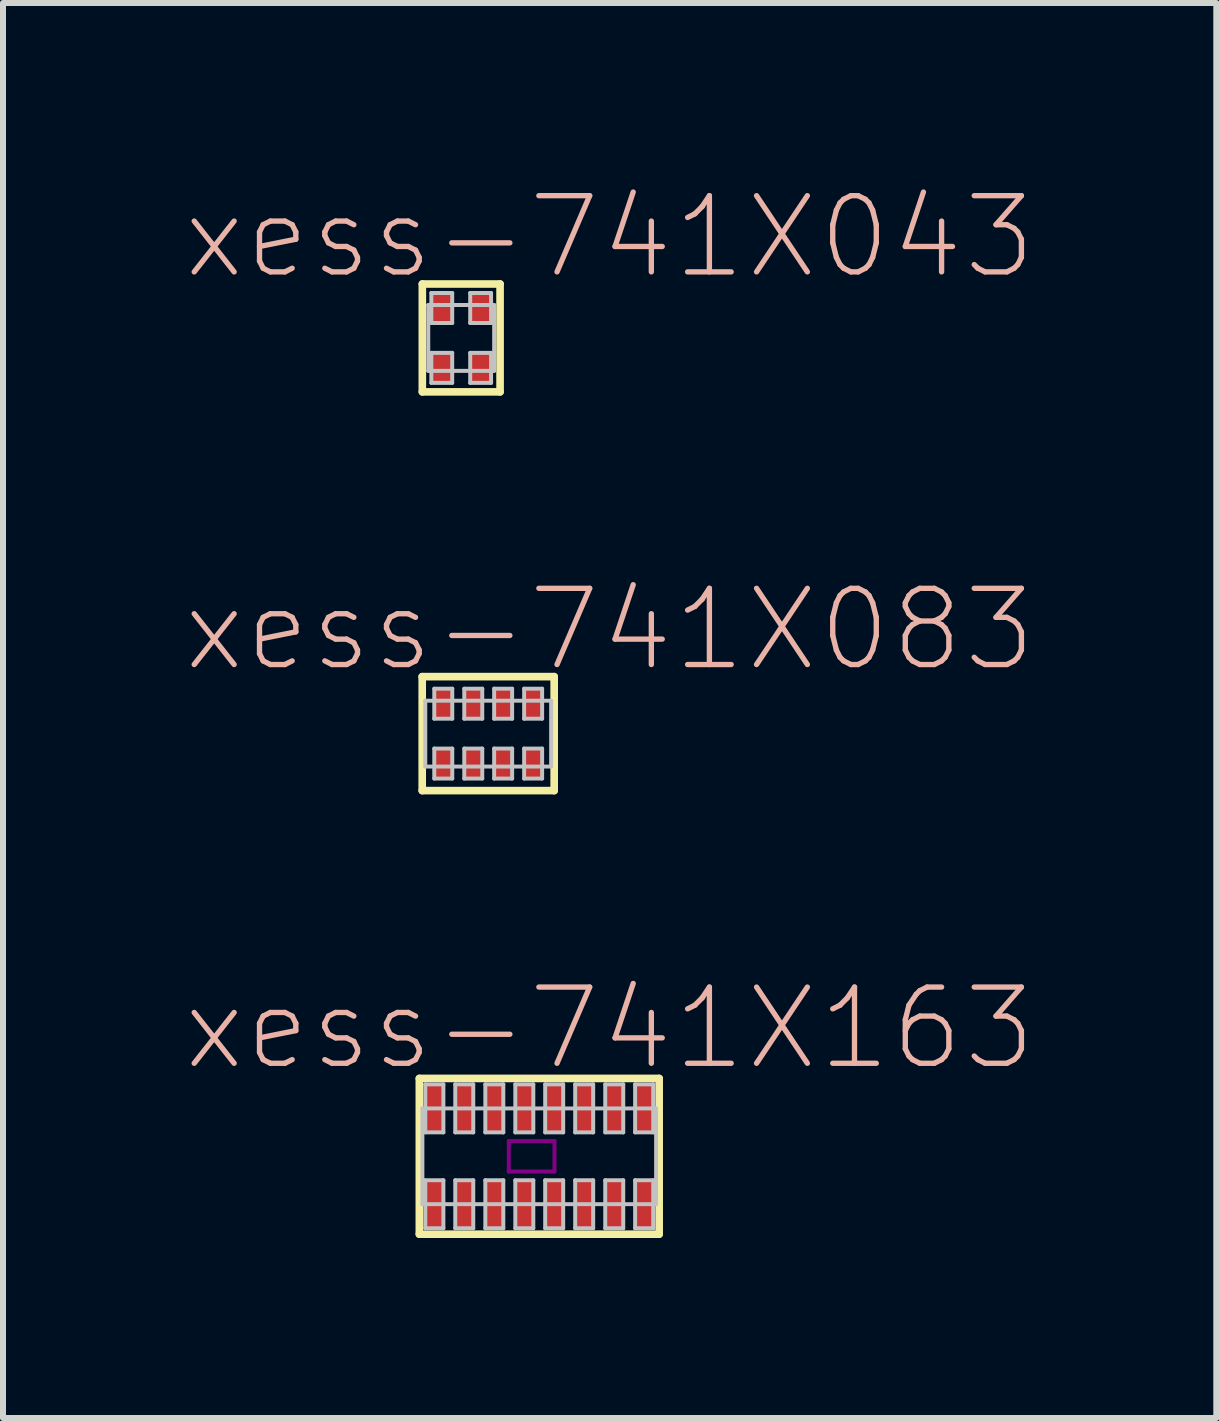
<source format=kicad_pcb>
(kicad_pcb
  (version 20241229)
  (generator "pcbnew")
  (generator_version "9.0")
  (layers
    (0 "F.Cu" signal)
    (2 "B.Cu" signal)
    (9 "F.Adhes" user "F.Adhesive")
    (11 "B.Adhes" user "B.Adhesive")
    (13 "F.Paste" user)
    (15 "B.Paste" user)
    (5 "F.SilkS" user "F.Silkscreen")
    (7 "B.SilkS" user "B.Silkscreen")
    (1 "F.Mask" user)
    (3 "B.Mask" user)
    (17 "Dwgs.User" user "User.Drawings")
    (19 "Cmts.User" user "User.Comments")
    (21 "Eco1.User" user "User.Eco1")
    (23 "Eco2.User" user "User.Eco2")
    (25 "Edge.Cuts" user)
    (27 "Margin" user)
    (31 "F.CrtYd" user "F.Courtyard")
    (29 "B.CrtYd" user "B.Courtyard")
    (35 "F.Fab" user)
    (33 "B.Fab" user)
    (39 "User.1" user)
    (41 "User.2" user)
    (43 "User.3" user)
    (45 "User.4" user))
  (footprint "xess-741X163"
    (layer "F.Cu")
    (at 5.939 16.225)
    (property "Reference" "xess-741X163" (at 1.173 -2.134 0) (layer "B.SilkS") (effects (font (size 1.27 1.27) (thickness 0.089))))
    (attr smd)
    (fp_line (start -1.999 -1.298) (end -1.999 1.298) (stroke (width 0.127) (type solid)) (layer "F.SilkS"))
    (fp_line (start -1.999 1.298) (end 1.999 1.298) (stroke (width 0.127) (type solid)) (layer "F.SilkS"))
    (fp_line (start 1.999 -1.298) (end -1.999 -1.298) (stroke (width 0.127) (type solid)) (layer "F.SilkS"))
    (fp_line (start 1.999 1.298) (end 1.999 -1.298) (stroke (width 0.127) (type solid)) (layer "F.SilkS"))
    (fp_line (start -0.508 -0.254) (end 0.254 -0.254) (stroke (width 0.066) (type solid)) (layer "F.Adhes"))
    (fp_line (start -0.508 0.254) (end -0.508 -0.254) (stroke (width 0.066) (type solid)) (layer "F.Adhes"))
    (fp_line (start -0.508 0.254) (end 0.254 0.254) (stroke (width 0.066) (type solid)) (layer "F.Adhes"))
    (fp_line (start 0.254 0.254) (end 0.254 -0.254) (stroke (width 0.066) (type solid)) (layer "F.Adhes"))
    (fp_line (start -1.948 -0.798) (end 1.948 -0.798) (stroke (width 0.066) (type solid)) (layer "Dwgs.User"))
    (fp_line (start -1.948 0.798) (end -1.948 -0.798) (stroke (width 0.066) (type solid)) (layer "Dwgs.User"))
    (fp_line (start -1.948 0.798) (end 1.948 0.798) (stroke (width 0.066) (type solid)) (layer "Dwgs.User"))
    (fp_line (start -1.9 -1.199) (end -1.598 -1.199) (stroke (width 0.066) (type solid)) (layer "Dwgs.User"))
    (fp_line (start -1.9 -0.399) (end -1.9 -1.199) (stroke (width 0.066) (type solid)) (layer "Dwgs.User"))
    (fp_line (start -1.9 -0.399) (end -1.598 -0.399) (stroke (width 0.066) (type solid)) (layer "Dwgs.User"))
    (fp_line (start -1.9 0.399) (end -1.598 0.399) (stroke (width 0.066) (type solid)) (layer "Dwgs.User"))
    (fp_line (start -1.9 1.199) (end -1.9 0.399) (stroke (width 0.066) (type solid)) (layer "Dwgs.User"))
    (fp_line (start -1.9 1.199) (end -1.598 1.199) (stroke (width 0.066) (type solid)) (layer "Dwgs.User"))
    (fp_line (start -1.598 -0.399) (end -1.598 -1.199) (stroke (width 0.066) (type solid)) (layer "Dwgs.User"))
    (fp_line (start -1.598 1.199) (end -1.598 0.399) (stroke (width 0.066) (type solid)) (layer "Dwgs.User"))
    (fp_line (start -1.4 -1.199) (end -1.1 -1.199) (stroke (width 0.066) (type solid)) (layer "Dwgs.User"))
    (fp_line (start -1.4 -0.399) (end -1.4 -1.199) (stroke (width 0.066) (type solid)) (layer "Dwgs.User"))
    (fp_line (start -1.4 -0.399) (end -1.1 -0.399) (stroke (width 0.066) (type solid)) (layer "Dwgs.User"))
    (fp_line (start -1.4 0.399) (end -1.1 0.399) (stroke (width 0.066) (type solid)) (layer "Dwgs.User"))
    (fp_line (start -1.4 1.199) (end -1.4 0.399) (stroke (width 0.066) (type solid)) (layer "Dwgs.User"))
    (fp_line (start -1.4 1.199) (end -1.1 1.199) (stroke (width 0.066) (type solid)) (layer "Dwgs.User"))
    (fp_line (start -1.1 -0.399) (end -1.1 -1.199) (stroke (width 0.066) (type solid)) (layer "Dwgs.User"))
    (fp_line (start -1.1 1.199) (end -1.1 0.399) (stroke (width 0.066) (type solid)) (layer "Dwgs.User"))
    (fp_line (start -0.899 -1.199) (end -0.599 -1.199) (stroke (width 0.066) (type solid)) (layer "Dwgs.User"))
    (fp_line (start -0.899 -0.399) (end -0.899 -1.199) (stroke (width 0.066) (type solid)) (layer "Dwgs.User"))
    (fp_line (start -0.899 -0.399) (end -0.599 -0.399) (stroke (width 0.066) (type solid)) (layer "Dwgs.User"))
    (fp_line (start -0.899 0.399) (end -0.599 0.399) (stroke (width 0.066) (type solid)) (layer "Dwgs.User"))
    (fp_line (start -0.899 1.199) (end -0.899 0.399) (stroke (width 0.066) (type solid)) (layer "Dwgs.User"))
    (fp_line (start -0.899 1.199) (end -0.599 1.199) (stroke (width 0.066) (type solid)) (layer "Dwgs.User"))
    (fp_line (start -0.599 -0.399) (end -0.599 -1.199) (stroke (width 0.066) (type solid)) (layer "Dwgs.User"))
    (fp_line (start -0.599 1.199) (end -0.599 0.399) (stroke (width 0.066) (type solid)) (layer "Dwgs.User"))
    (fp_line (start -0.399 -1.199) (end -0.099 -1.199) (stroke (width 0.066) (type solid)) (layer "Dwgs.User"))
    (fp_line (start -0.399 -0.399) (end -0.399 -1.199) (stroke (width 0.066) (type solid)) (layer "Dwgs.User"))
    (fp_line (start -0.399 -0.399) (end -0.099 -0.399) (stroke (width 0.066) (type solid)) (layer "Dwgs.User"))
    (fp_line (start -0.399 0.399) (end -0.099 0.399) (stroke (width 0.066) (type solid)) (layer "Dwgs.User"))
    (fp_line (start -0.399 1.199) (end -0.399 0.399) (stroke (width 0.066) (type solid)) (layer "Dwgs.User"))
    (fp_line (start -0.399 1.199) (end -0.099 1.199) (stroke (width 0.066) (type solid)) (layer "Dwgs.User"))
    (fp_line (start -0.099 -0.399) (end -0.099 -1.199) (stroke (width 0.066) (type solid)) (layer "Dwgs.User"))
    (fp_line (start -0.099 1.199) (end -0.099 0.399) (stroke (width 0.066) (type solid)) (layer "Dwgs.User"))
    (fp_line (start 0.099 -1.199) (end 0.399 -1.199) (stroke (width 0.066) (type solid)) (layer "Dwgs.User"))
    (fp_line (start 0.099 -0.399) (end 0.099 -1.199) (stroke (width 0.066) (type solid)) (layer "Dwgs.User"))
    (fp_line (start 0.099 -0.399) (end 0.399 -0.399) (stroke (width 0.066) (type solid)) (layer "Dwgs.User"))
    (fp_line (start 0.099 0.399) (end 0.399 0.399) (stroke (width 0.066) (type solid)) (layer "Dwgs.User"))
    (fp_line (start 0.099 1.199) (end 0.099 0.399) (stroke (width 0.066) (type solid)) (layer "Dwgs.User"))
    (fp_line (start 0.099 1.199) (end 0.399 1.199) (stroke (width 0.066) (type solid)) (layer "Dwgs.User"))
    (fp_line (start 0.399 -0.399) (end 0.399 -1.199) (stroke (width 0.066) (type solid)) (layer "Dwgs.User"))
    (fp_line (start 0.399 1.199) (end 0.399 0.399) (stroke (width 0.066) (type solid)) (layer "Dwgs.User"))
    (fp_line (start 0.599 -1.199) (end 0.899 -1.199) (stroke (width 0.066) (type solid)) (layer "Dwgs.User"))
    (fp_line (start 0.599 -0.399) (end 0.599 -1.199) (stroke (width 0.066) (type solid)) (layer "Dwgs.User"))
    (fp_line (start 0.599 -0.399) (end 0.899 -0.399) (stroke (width 0.066) (type solid)) (layer "Dwgs.User"))
    (fp_line (start 0.599 0.399) (end 0.899 0.399) (stroke (width 0.066) (type solid)) (layer "Dwgs.User"))
    (fp_line (start 0.599 1.199) (end 0.599 0.399) (stroke (width 0.066) (type solid)) (layer "Dwgs.User"))
    (fp_line (start 0.599 1.199) (end 0.899 1.199) (stroke (width 0.066) (type solid)) (layer "Dwgs.User"))
    (fp_line (start 0.899 -0.399) (end 0.899 -1.199) (stroke (width 0.066) (type solid)) (layer "Dwgs.User"))
    (fp_line (start 0.899 1.199) (end 0.899 0.399) (stroke (width 0.066) (type solid)) (layer "Dwgs.User"))
    (fp_line (start 1.1 -1.199) (end 1.4 -1.199) (stroke (width 0.066) (type solid)) (layer "Dwgs.User"))
    (fp_line (start 1.1 -0.399) (end 1.1 -1.199) (stroke (width 0.066) (type solid)) (layer "Dwgs.User"))
    (fp_line (start 1.1 -0.399) (end 1.4 -0.399) (stroke (width 0.066) (type solid)) (layer "Dwgs.User"))
    (fp_line (start 1.1 0.399) (end 1.4 0.399) (stroke (width 0.066) (type solid)) (layer "Dwgs.User"))
    (fp_line (start 1.1 1.199) (end 1.1 0.399) (stroke (width 0.066) (type solid)) (layer "Dwgs.User"))
    (fp_line (start 1.1 1.199) (end 1.4 1.199) (stroke (width 0.066) (type solid)) (layer "Dwgs.User"))
    (fp_line (start 1.4 -0.399) (end 1.4 -1.199) (stroke (width 0.066) (type solid)) (layer "Dwgs.User"))
    (fp_line (start 1.4 1.199) (end 1.4 0.399) (stroke (width 0.066) (type solid)) (layer "Dwgs.User"))
    (fp_line (start 1.598 -1.199) (end 1.9 -1.199) (stroke (width 0.066) (type solid)) (layer "Dwgs.User"))
    (fp_line (start 1.598 -0.399) (end 1.598 -1.199) (stroke (width 0.066) (type solid)) (layer "Dwgs.User"))
    (fp_line (start 1.598 -0.399) (end 1.9 -0.399) (stroke (width 0.066) (type solid)) (layer "Dwgs.User"))
    (fp_line (start 1.598 0.399) (end 1.9 0.399) (stroke (width 0.066) (type solid)) (layer "Dwgs.User"))
    (fp_line (start 1.598 1.199) (end 1.598 0.399) (stroke (width 0.066) (type solid)) (layer "Dwgs.User"))
    (fp_line (start 1.598 1.199) (end 1.9 1.199) (stroke (width 0.066) (type solid)) (layer "Dwgs.User"))
    (fp_line (start 1.9 -0.399) (end 1.9 -1.199) (stroke (width 0.066) (type solid)) (layer "Dwgs.User"))
    (fp_line (start 1.9 1.199) (end 1.9 0.399) (stroke (width 0.066) (type solid)) (layer "Dwgs.User"))
    (fp_line (start 1.948 0.798) (end 1.948 -0.798) (stroke (width 0.066) (type solid)) (layer "Dwgs.User"))
    (pad "1" smd rect (at -1.748 0.798) (size 0.3 0.798) (layers "F.Cu" "F.Mask" "F.Paste"))
    (pad "2" smd rect (at -1.25 0.798) (size 0.3 0.798) (layers "F.Cu" "F.Mask" "F.Paste"))
    (pad "3" smd rect (at -0.749 0.798) (size 0.3 0.798) (layers "F.Cu" "F.Mask" "F.Paste"))
    (pad "4" smd rect (at -0.249 0.798) (size 0.3 0.798) (layers "F.Cu" "F.Mask" "F.Paste"))
    (pad "5" smd rect (at 0.249 0.798) (size 0.3 0.798) (layers "F.Cu" "F.Mask" "F.Paste"))
    (pad "6" smd rect (at 0.749 0.798) (size 0.3 0.798) (layers "F.Cu" "F.Mask" "F.Paste"))
    (pad "7" smd rect (at 1.25 0.798) (size 0.3 0.798) (layers "F.Cu" "F.Mask" "F.Paste"))
    (pad "8" smd rect (at 1.748 0.798) (size 0.3 0.798) (layers "F.Cu" "F.Mask" "F.Paste"))
    (pad "9" smd rect (at 1.748 -0.798) (size 0.3 0.798) (layers "F.Cu" "F.Mask" "F.Paste"))
    (pad "10" smd rect (at 1.25 -0.798) (size 0.3 0.798) (layers "F.Cu" "F.Mask" "F.Paste"))
    (pad "11" smd rect (at 0.749 -0.798) (size 0.3 0.798) (layers "F.Cu" "F.Mask" "F.Paste"))
    (pad "12" smd rect (at 0.249 -0.798) (size 0.3 0.798) (layers "F.Cu" "F.Mask" "F.Paste"))
    (pad "13" smd rect (at -0.249 -0.798) (size 0.3 0.798) (layers "F.Cu" "F.Mask" "F.Paste"))
    (pad "14" smd rect (at -0.749 -0.798) (size 0.3 0.798) (layers "F.Cu" "F.Mask" "F.Paste"))
    (pad "15" smd rect (at -1.25 -0.798) (size 0.3 0.798) (layers "F.Cu" "F.Mask" "F.Paste"))
    (pad "16" smd rect (at -1.748 -0.798) (size 0.3 0.798) (layers "F.Cu" "F.Mask" "F.Paste")))
  (footprint "xess-741X043"
    (layer "F.Cu")
    (at 4.638 2.583)
    (property "Reference" "xess-741X043" (at 2.474 -1.684 0) (layer "B.SilkS") (effects (font (size 1.27 1.27) (thickness 0.089))))
    (attr smd)
    (fp_line (start -0.648 -0.899) (end -0.648 0.899) (stroke (width 0.127) (type solid)) (layer "F.SilkS"))
    (fp_line (start -0.648 0.899) (end 0.648 0.899) (stroke (width 0.127) (type solid)) (layer "F.SilkS"))
    (fp_line (start 0.648 -0.899) (end -0.648 -0.899) (stroke (width 0.127) (type solid)) (layer "F.SilkS"))
    (fp_line (start 0.648 0.899) (end 0.648 -0.899) (stroke (width 0.127) (type solid)) (layer "F.SilkS"))
    (fp_line (start -0.549 -0.549) (end 0.549 -0.549) (stroke (width 0.066) (type solid)) (layer "Dwgs.User"))
    (fp_line (start -0.549 0.549) (end -0.549 -0.549) (stroke (width 0.066) (type solid)) (layer "Dwgs.User"))
    (fp_line (start -0.549 0.549) (end 0.549 0.549) (stroke (width 0.066) (type solid)) (layer "Dwgs.User"))
    (fp_line (start -0.498 -0.749) (end -0.15 -0.749) (stroke (width 0.066) (type solid)) (layer "Dwgs.User"))
    (fp_line (start -0.498 -0.249) (end -0.498 -0.749) (stroke (width 0.066) (type solid)) (layer "Dwgs.User"))
    (fp_line (start -0.498 -0.249) (end -0.15 -0.249) (stroke (width 0.066) (type solid)) (layer "Dwgs.User"))
    (fp_line (start -0.498 0.249) (end -0.15 0.249) (stroke (width 0.066) (type solid)) (layer "Dwgs.User"))
    (fp_line (start -0.498 0.749) (end -0.498 0.249) (stroke (width 0.066) (type solid)) (layer "Dwgs.User"))
    (fp_line (start -0.498 0.749) (end -0.15 0.749) (stroke (width 0.066) (type solid)) (layer "Dwgs.User"))
    (fp_line (start -0.15 -0.249) (end -0.15 -0.749) (stroke (width 0.066) (type solid)) (layer "Dwgs.User"))
    (fp_line (start -0.15 0.749) (end -0.15 0.249) (stroke (width 0.066) (type solid)) (layer "Dwgs.User"))
    (fp_line (start 0.15 -0.749) (end 0.498 -0.749) (stroke (width 0.066) (type solid)) (layer "Dwgs.User"))
    (fp_line (start 0.15 -0.249) (end 0.15 -0.749) (stroke (width 0.066) (type solid)) (layer "Dwgs.User"))
    (fp_line (start 0.15 -0.249) (end 0.498 -0.249) (stroke (width 0.066) (type solid)) (layer "Dwgs.User"))
    (fp_line (start 0.15 0.249) (end 0.498 0.249) (stroke (width 0.066) (type solid)) (layer "Dwgs.User"))
    (fp_line (start 0.15 0.749) (end 0.15 0.249) (stroke (width 0.066) (type solid)) (layer "Dwgs.User"))
    (fp_line (start 0.15 0.749) (end 0.498 0.749) (stroke (width 0.066) (type solid)) (layer "Dwgs.User"))
    (fp_line (start 0.498 -0.249) (end 0.498 -0.749) (stroke (width 0.066) (type solid)) (layer "Dwgs.User"))
    (fp_line (start 0.498 0.749) (end 0.498 0.249) (stroke (width 0.066) (type solid)) (layer "Dwgs.User"))
    (fp_line (start 0.549 0.549) (end 0.549 -0.549) (stroke (width 0.066) (type solid)) (layer "Dwgs.User"))
    (pad "1" smd rect (at -0.323 0.498) (size 0.328 0.498) (layers "F.Cu" "F.Mask" "F.Paste"))
    (pad "2" smd rect (at 0.323 0.498) (size 0.328 0.498) (layers "F.Cu" "F.Mask" "F.Paste"))
    (pad "3" smd rect (at 0.323 -0.498) (size 0.328 0.498) (layers "F.Cu" "F.Mask" "F.Paste"))
    (pad "4" smd rect (at -0.323 -0.498) (size 0.328 0.498) (layers "F.Cu" "F.Mask" "F.Paste")))
  (footprint "xess-741X083"
    (layer "F.Cu")
    (at 5.088 9.179)
    (property "Reference" "xess-741X083" (at 2.024 -1.735 0) (layer "B.SilkS") (effects (font (size 1.27 1.27) (thickness 0.089))))
    (attr smd)
    (fp_line (start -1.1 -0.95) (end -1.1 0.95) (stroke (width 0.127) (type solid)) (layer "F.SilkS"))
    (fp_line (start -1.1 0.95) (end 1.1 0.95) (stroke (width 0.127) (type solid)) (layer "F.SilkS"))
    (fp_line (start 1.1 -0.95) (end -1.1 -0.95) (stroke (width 0.127) (type solid)) (layer "F.SilkS"))
    (fp_line (start 1.1 0.95) (end 1.1 -0.95) (stroke (width 0.127) (type solid)) (layer "F.SilkS"))
    (fp_line (start -1.049 -0.549) (end 1.049 -0.549) (stroke (width 0.066) (type solid)) (layer "Dwgs.User"))
    (fp_line (start -1.049 0.549) (end -1.049 -0.549) (stroke (width 0.066) (type solid)) (layer "Dwgs.User"))
    (fp_line (start -1.049 0.549) (end 1.049 0.549) (stroke (width 0.066) (type solid)) (layer "Dwgs.User"))
    (fp_line (start -0.899 -0.749) (end -0.599 -0.749) (stroke (width 0.066) (type solid)) (layer "Dwgs.User"))
    (fp_line (start -0.899 -0.249) (end -0.899 -0.749) (stroke (width 0.066) (type solid)) (layer "Dwgs.User"))
    (fp_line (start -0.899 -0.249) (end -0.599 -0.249) (stroke (width 0.066) (type solid)) (layer "Dwgs.User"))
    (fp_line (start -0.899 0.249) (end -0.599 0.249) (stroke (width 0.066) (type solid)) (layer "Dwgs.User"))
    (fp_line (start -0.899 0.749) (end -0.899 0.249) (stroke (width 0.066) (type solid)) (layer "Dwgs.User"))
    (fp_line (start -0.899 0.749) (end -0.599 0.749) (stroke (width 0.066) (type solid)) (layer "Dwgs.User"))
    (fp_line (start -0.599 -0.249) (end -0.599 -0.749) (stroke (width 0.066) (type solid)) (layer "Dwgs.User"))
    (fp_line (start -0.599 0.749) (end -0.599 0.249) (stroke (width 0.066) (type solid)) (layer "Dwgs.User"))
    (fp_line (start -0.399 -0.749) (end -0.099 -0.749) (stroke (width 0.066) (type solid)) (layer "Dwgs.User"))
    (fp_line (start -0.399 -0.249) (end -0.399 -0.749) (stroke (width 0.066) (type solid)) (layer "Dwgs.User"))
    (fp_line (start -0.399 -0.249) (end -0.099 -0.249) (stroke (width 0.066) (type solid)) (layer "Dwgs.User"))
    (fp_line (start -0.399 0.249) (end -0.099 0.249) (stroke (width 0.066) (type solid)) (layer "Dwgs.User"))
    (fp_line (start -0.399 0.749) (end -0.399 0.249) (stroke (width 0.066) (type solid)) (layer "Dwgs.User"))
    (fp_line (start -0.399 0.749) (end -0.099 0.749) (stroke (width 0.066) (type solid)) (layer "Dwgs.User"))
    (fp_line (start -0.099 -0.249) (end -0.099 -0.749) (stroke (width 0.066) (type solid)) (layer "Dwgs.User"))
    (fp_line (start -0.099 0.749) (end -0.099 0.249) (stroke (width 0.066) (type solid)) (layer "Dwgs.User"))
    (fp_line (start 0.099 -0.749) (end 0.399 -0.749) (stroke (width 0.066) (type solid)) (layer "Dwgs.User"))
    (fp_line (start 0.099 -0.249) (end 0.099 -0.749) (stroke (width 0.066) (type solid)) (layer "Dwgs.User"))
    (fp_line (start 0.099 -0.249) (end 0.399 -0.249) (stroke (width 0.066) (type solid)) (layer "Dwgs.User"))
    (fp_line (start 0.099 0.249) (end 0.399 0.249) (stroke (width 0.066) (type solid)) (layer "Dwgs.User"))
    (fp_line (start 0.099 0.749) (end 0.099 0.249) (stroke (width 0.066) (type solid)) (layer "Dwgs.User"))
    (fp_line (start 0.099 0.749) (end 0.399 0.749) (stroke (width 0.066) (type solid)) (layer "Dwgs.User"))
    (fp_line (start 0.399 -0.249) (end 0.399 -0.749) (stroke (width 0.066) (type solid)) (layer "Dwgs.User"))
    (fp_line (start 0.399 0.749) (end 0.399 0.249) (stroke (width 0.066) (type solid)) (layer "Dwgs.User"))
    (fp_line (start 0.599 -0.749) (end 0.899 -0.749) (stroke (width 0.066) (type solid)) (layer "Dwgs.User"))
    (fp_line (start 0.599 -0.249) (end 0.599 -0.749) (stroke (width 0.066) (type solid)) (layer "Dwgs.User"))
    (fp_line (start 0.599 -0.249) (end 0.899 -0.249) (stroke (width 0.066) (type solid)) (layer "Dwgs.User"))
    (fp_line (start 0.599 0.249) (end 0.899 0.249) (stroke (width 0.066) (type solid)) (layer "Dwgs.User"))
    (fp_line (start 0.599 0.749) (end 0.599 0.249) (stroke (width 0.066) (type solid)) (layer "Dwgs.User"))
    (fp_line (start 0.599 0.749) (end 0.899 0.749) (stroke (width 0.066) (type solid)) (layer "Dwgs.User"))
    (fp_line (start 0.899 -0.249) (end 0.899 -0.749) (stroke (width 0.066) (type solid)) (layer "Dwgs.User"))
    (fp_line (start 0.899 0.749) (end 0.899 0.249) (stroke (width 0.066) (type solid)) (layer "Dwgs.User"))
    (fp_line (start 1.049 0.549) (end 1.049 -0.549) (stroke (width 0.066) (type solid)) (layer "Dwgs.User"))
    (pad "1" smd rect (at -0.749 0.498) (size 0.3 0.498) (layers "F.Cu" "F.Mask" "F.Paste"))
    (pad "2" smd rect (at -0.249 0.498) (size 0.3 0.498) (layers "F.Cu" "F.Mask" "F.Paste"))
    (pad "3" smd rect (at 0.249 0.498) (size 0.3 0.498) (layers "F.Cu" "F.Mask" "F.Paste"))
    (pad "4" smd rect (at 0.749 0.498) (size 0.3 0.498) (layers "F.Cu" "F.Mask" "F.Paste"))
    (pad "5" smd rect (at 0.749 -0.498) (size 0.3 0.498) (layers "F.Cu" "F.Mask" "F.Paste"))
    (pad "6" smd rect (at 0.249 -0.498) (size 0.3 0.498) (layers "F.Cu" "F.Mask" "F.Paste"))
    (pad "7" smd rect (at -0.249 -0.498) (size 0.3 0.498) (layers "F.Cu" "F.Mask" "F.Paste"))
    (pad "8" smd rect (at -0.749 -0.498) (size 0.3 0.498) (layers "F.Cu" "F.Mask" "F.Paste")))
  (gr_rect
    (start -3 -3)
    (end 17.225 20.587)
    (stroke (width 0.1) (type default))
    (fill no)
    (layer "Edge.Cuts")))
</source>
